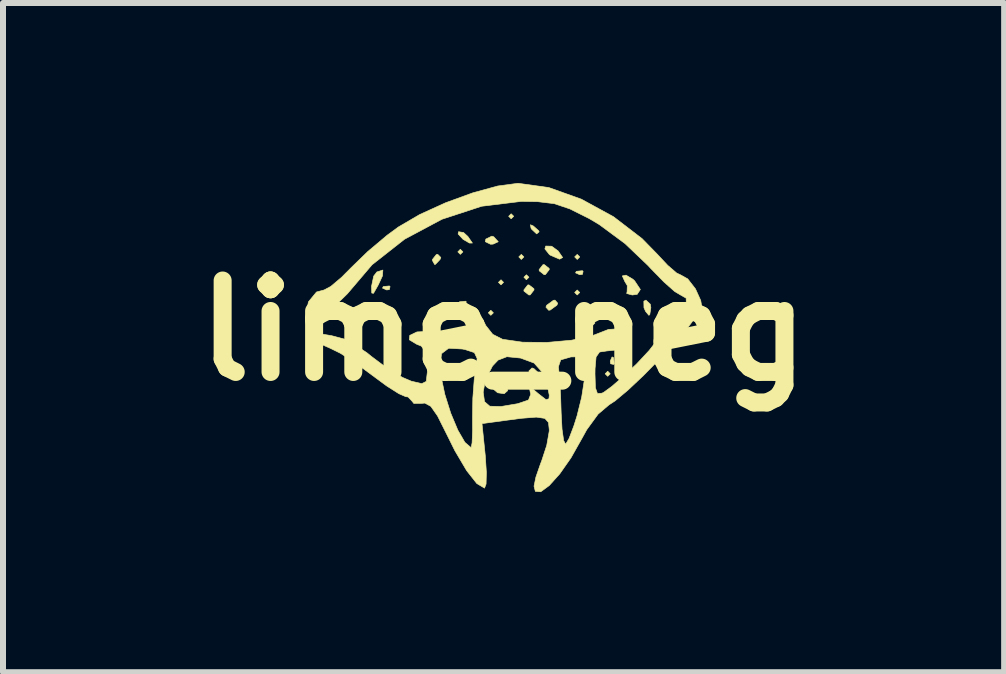
<source format=kicad_pcb>
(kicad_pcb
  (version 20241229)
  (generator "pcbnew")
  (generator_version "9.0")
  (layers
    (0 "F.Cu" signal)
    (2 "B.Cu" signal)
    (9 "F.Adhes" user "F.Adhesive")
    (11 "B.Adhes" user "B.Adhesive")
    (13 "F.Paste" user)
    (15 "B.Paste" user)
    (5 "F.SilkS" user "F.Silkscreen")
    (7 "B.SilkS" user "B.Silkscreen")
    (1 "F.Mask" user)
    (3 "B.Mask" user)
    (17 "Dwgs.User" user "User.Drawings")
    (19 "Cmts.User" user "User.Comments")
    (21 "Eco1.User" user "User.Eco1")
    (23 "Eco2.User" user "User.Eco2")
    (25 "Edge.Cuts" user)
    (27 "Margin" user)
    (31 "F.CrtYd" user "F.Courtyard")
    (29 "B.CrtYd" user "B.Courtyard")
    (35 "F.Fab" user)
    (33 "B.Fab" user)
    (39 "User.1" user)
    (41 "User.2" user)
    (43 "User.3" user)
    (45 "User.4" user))
  (footprint "lime_neg"
    (layer "F.Cu")
    (at 5.341 2.459)
    (property "Reference" "lime_neg" (at 0 0 0) (layer "F.SilkS") (effects (font (size 1.524 1.524) (thickness 0.3))))
    (attr through_hole)
    (fp_poly (pts (xy -2.371 -0.127) (xy -2.413 -0.085) (xy -2.455 -0.127) (xy -2.413 -0.169) (xy -2.371 -0.127)) (stroke (width 0.01) (type solid)) (fill yes) (layer "F.SilkS"))
    (fp_poly (pts (xy -0.677 -1.312) (xy -0.72 -1.27) (xy -0.762 -1.312) (xy -0.72 -1.355) (xy -0.677 -1.312)) (stroke (width 0.01) (type solid)) (fill yes) (layer "F.SilkS"))
    (fp_poly (pts (xy -0.169 -0.296) (xy -0.212 -0.254) (xy -0.254 -0.296) (xy -0.212 -0.339) (xy -0.169 -0.296)) (stroke (width 0.01) (type solid)) (fill yes) (layer "F.SilkS"))
    (fp_poly (pts (xy 0 -0.804) (xy -0.042 -0.762) (xy -0.085 -0.804) (xy -0.042 -0.847) (xy 0 -0.804)) (stroke (width 0.01) (type solid)) (fill yes) (layer "F.SilkS"))
    (fp_poly (pts (xy 0.169 -1.905) (xy 0.127 -1.863) (xy 0.085 -1.905) (xy 0.127 -1.947) (xy 0.169 -1.905)) (stroke (width 0.01) (type solid)) (fill yes) (layer "F.SilkS"))
    (fp_poly (pts (xy 0.339 -1.228) (xy 0.296 -1.185) (xy 0.254 -1.228) (xy 0.296 -1.27) (xy 0.339 -1.228)) (stroke (width 0.01) (type solid)) (fill yes) (layer "F.SilkS"))
    (fp_poly (pts (xy 0.423 -0.889) (xy 0.381 -0.847) (xy 0.339 -0.889) (xy 0.381 -0.931) (xy 0.423 -0.889)) (stroke (width 0.01) (type solid)) (fill yes) (layer "F.SilkS"))
    (fp_poly (pts (xy 1.27 -1.228) (xy 1.228 -1.185) (xy 1.185 -1.228) (xy 1.228 -1.27) (xy 1.27 -1.228)) (stroke (width 0.01) (type solid)) (fill yes) (layer "F.SilkS"))
    (fp_poly (pts (xy 1.27 -0.635) (xy 1.228 -0.593) (xy 1.185 -0.635) (xy 1.228 -0.677) (xy 1.27 -0.635)) (stroke (width 0.01) (type solid)) (fill yes) (layer "F.SilkS"))
    (fp_poly (pts (xy 1.524 -0.127) (xy 1.482 -0.085) (xy 1.439 -0.127) (xy 1.482 -0.169) (xy 1.524 -0.127)) (stroke (width 0.01) (type solid)) (fill yes) (layer "F.SilkS"))
    (fp_poly (pts (xy 1.778 0.72) (xy 1.736 0.762) (xy 1.693 0.72) (xy 1.736 0.677) (xy 1.778 0.72)) (stroke (width 0.01) (type solid)) (fill yes) (layer "F.SilkS"))
    (fp_poly (pts (xy 1.947 -0.381) (xy 1.905 -0.339) (xy 1.863 -0.381) (xy 1.905 -0.423) (xy 1.947 -0.381)) (stroke (width 0.01) (type solid)) (fill yes) (layer "F.SilkS"))
    (fp_poly (pts (xy -1.891 -0.734) (xy -1.903 -0.683) (xy -1.947 -0.677) (xy -2.017 -0.708) (xy -2.004 -0.734) (xy -1.903 -0.744) (xy -1.891 -0.734)) (stroke (width 0.01) (type solid)) (fill yes) (layer "F.SilkS"))
    (fp_poly (pts (xy -0.621 -0.48) (xy -0.633 -0.429) (xy -0.677 -0.423) (xy -0.747 -0.454) (xy -0.734 -0.48) (xy -0.633 -0.49) (xy -0.621 -0.48)) (stroke (width 0.01) (type solid)) (fill yes) (layer "F.SilkS"))
    (fp_poly (pts (xy 1.326 -0.988) (xy 1.315 -0.937) (xy 1.27 -0.931) (xy 1.2 -0.962) (xy 1.214 -0.988) (xy 1.314 -0.998) (xy 1.326 -0.988)) (stroke (width 0.01) (type solid)) (fill yes) (layer "F.SilkS"))
    (fp_poly (pts (xy 1.834 0.452) (xy 1.845 0.552) (xy 1.834 0.564) (xy 1.784 0.553) (xy 1.778 0.508) (xy 1.809 0.438) (xy 1.834 0.452)) (stroke (width 0.01) (type solid)) (fill yes) (layer "F.SilkS"))
    (fp_poly (pts (xy -0.666 -1.634) (xy -0.594 -1.568) (xy -0.519 -1.459) (xy -0.569 -1.459) (xy -0.675 -1.521) (xy -0.757 -1.61) (xy -0.75 -1.648) (xy -0.666 -1.634)) (stroke (width 0.01) (type solid)) (fill yes) (layer "F.SilkS"))
    (fp_poly (pts (xy -0.163 -1.563) (xy -0.088 -1.481) (xy -0.174 -1.441) (xy -0.217 -1.439) (xy -0.304 -1.481) (xy -0.295 -1.525) (xy -0.194 -1.574) (xy -0.163 -1.563)) (stroke (width 0.01) (type solid)) (fill yes) (layer "F.SilkS"))
    (fp_poly (pts (xy 0.495 -1.744) (xy 0.585 -1.665) (xy 0.593 -1.646) (xy 0.552 -1.611) (xy 0.469 -1.689) (xy 0.458 -1.706) (xy 0.448 -1.764) (xy 0.495 -1.744)) (stroke (width 0.01) (type solid)) (fill yes) (layer "F.SilkS"))
    (fp_poly (pts (xy -2.017 -0.913) (xy -2.087 -0.762) (xy -2.167 -0.621) (xy -2.196 -0.626) (xy -2.2 -0.736) (xy -2.164 -0.908) (xy -2.111 -0.977) (xy -2.011 -1.009) (xy -2.017 -0.913)) (stroke (width 0.01) (type solid)) (fill yes) (layer "F.SilkS"))
    (fp_poly (pts (xy -1.045 -1.218) (xy -1.058 -1.185) (xy -1.134 -1.105) (xy -1.148 -1.101) (xy -1.184 -1.166) (xy -1.185 -1.185) (xy -1.12 -1.267) (xy -1.096 -1.27) (xy -1.045 -1.218)) (stroke (width 0.01) (type solid)) (fill yes) (layer "F.SilkS"))
    (fp_poly (pts (xy -0.091 0.869) (xy 0.06 0.916) (xy 0.068 1.002) (xy 0.01 1.052) (xy -0.099 1.036) (xy -0.166 0.978) (xy -0.215 0.886) (xy -0.123 0.867) (xy -0.091 0.869)) (stroke (width 0.01) (type solid)) (fill yes) (layer "F.SilkS"))
    (fp_poly (pts (xy 0.506 -0.698) (xy 0.508 -0.677) (xy 0.444 -0.595) (xy 0.423 -0.593) (xy 0.341 -0.657) (xy 0.339 -0.677) (xy 0.403 -0.76) (xy 0.423 -0.762) (xy 0.506 -0.698)) (stroke (width 0.01) (type solid)) (fill yes) (layer "F.SilkS"))
    (fp_poly (pts (xy 0.508 0.635) (xy 0.589 0.711) (xy 0.593 0.725) (xy 0.527 0.761) (xy 0.508 0.762) (xy 0.427 0.697) (xy 0.423 0.672) (xy 0.475 0.622) (xy 0.508 0.635)) (stroke (width 0.01) (type solid)) (fill yes) (layer "F.SilkS"))
    (fp_poly (pts (xy 0.76 -1.036) (xy 0.762 -1.016) (xy 0.698 -0.934) (xy 0.677 -0.931) (xy 0.595 -0.996) (xy 0.593 -1.016) (xy 0.657 -1.098) (xy 0.677 -1.101) (xy 0.76 -1.036)) (stroke (width 0.01) (type solid)) (fill yes) (layer "F.SilkS"))
    (fp_poly (pts (xy 0.802 -1.406) (xy 0.909 -1.328) (xy 0.985 -1.218) (xy 0.934 -1.19) (xy 0.783 -1.255) (xy 0.764 -1.267) (xy 0.689 -1.362) (xy 0.703 -1.409) (xy 0.802 -1.406)) (stroke (width 0.01) (type solid)) (fill yes) (layer "F.SilkS"))
    (fp_poly (pts (xy 0.903 -0.456) (xy 0.889 -0.423) (xy 0.777 -0.342) (xy 0.752 -0.339) (xy 0.706 -0.391) (xy 0.72 -0.423) (xy 0.832 -0.505) (xy 0.857 -0.508) (xy 0.903 -0.456)) (stroke (width 0.01) (type solid)) (fill yes) (layer "F.SilkS"))
    (fp_poly (pts (xy 2.446 -0.439) (xy 2.455 -0.381) (xy 2.437 -0.268) (xy 2.422 -0.254) (xy 2.367 -0.32) (xy 2.34 -0.381) (xy 2.338 -0.49) (xy 2.373 -0.508) (xy 2.446 -0.439)) (stroke (width 0.01) (type solid)) (fill yes) (layer "F.SilkS"))
    (fp_poly (pts (xy 2.158 -0.854) (xy 2.184 -0.83) (xy 2.28 -0.685) (xy 2.227 -0.604) (xy 2.145 -0.593) (xy 2.052 -0.618) (xy 2.059 -0.648) (xy 2.062 -0.75) (xy 2.021 -0.818) (xy 1.979 -0.911) (xy 2.041 -0.924) (xy 2.158 -0.854)) (stroke (width 0.01) (type solid)) (fill yes) (layer "F.SilkS"))
    (fp_poly (pts (xy 0.754 -2.384) (xy 1.297 -2.19) (xy 1.832 -1.898) (xy 2.309 -1.532) (xy 2.553 -1.282) (xy 2.736 -1.087) (xy 2.885 -0.959) (xy 2.945 -0.931) (xy 3.069 -0.862) (xy 3.198 -0.696) (xy 3.286 -0.502) (xy 3.302 -0.406) (xy 3.244 -0.283) (xy 3.09 -0.076) (xy 2.867 0.185) (xy 2.604 0.471) (xy 2.33 0.75) (xy 2.071 0.994) (xy 1.858 1.172) (xy 1.757 1.238) (xy 1.576 1.392) (xy 1.387 1.651) (xy 1.304 1.801) (xy 1.124 2.12) (xy 0.937 2.387) (xy 0.762 2.582) (xy 0.62 2.686) (xy 0.53 2.679) (xy 0.508 2.593) (xy 0.539 2.442) (xy 0.616 2.22) (xy 0.635 2.172) (xy 0.72 1.912) (xy 0.761 1.678) (xy 0.762 1.654) (xy 0.749 1.531) (xy 0.688 1.463) (xy 0.547 1.442) (xy 0.294 1.462) (xy 0.044 1.495) (xy -0.359 1.55) (xy -0.304 2.087) (xy -0.286 2.363) (xy -0.291 2.557) (xy -0.317 2.625) (xy -0.446 2.548) (xy -0.615 2.333) (xy -0.811 2.001) (xy -0.953 1.715) (xy -1.1 1.422) (xy -1.212 1.262) (xy -1.311 1.208) (xy -1.366 1.213) (xy -1.495 1.214) (xy -1.524 1.177) (xy -1.591 1.106) (xy -1.63 1.101) (xy -1.745 1.051) (xy -1.948 0.922) (xy -2.196 0.739) (xy -2.208 0.73) (xy -2.476 0.533) (xy -2.72 0.377) (xy -2.885 0.296) (xy -3.146 0.18) (xy -3.273 0.011) (xy -3.302 -0.203) (xy -3.173 -0.203) (xy -3.167 -0.053) (xy -3.042 0.055) (xy -2.864 0.085) (xy -2.602 0.155) (xy -2.276 0.37) (xy -2.209 0.425) (xy -1.945 0.623) (xy -1.687 0.779) (xy -1.537 0.843) (xy -1.363 0.884) (xy -1.288 0.847) (xy -1.27 0.692) (xy -1.27 0.598) (xy -1.059 0.598) (xy -1.043 0.755) (xy -0.979 1.061) (xy -0.88 1.376) (xy -0.762 1.658) (xy -0.644 1.862) (xy -0.545 1.947) (xy -0.54 1.947) (xy -0.524 1.871) (xy -0.516 1.672) (xy -0.517 1.46) (xy -0.512 1.126) (xy -0.504 1.025) (xy -0.339 1.025) (xy -0.317 1.184) (xy -0.229 1.26) (xy -0.042 1.265) (xy 0.237 1.218) (xy 0.416 1.157) (xy 0.454 1.059) (xy 0.445 1.028) (xy 0.43 0.948) (xy 0.498 0.982) (xy 0.578 1.05) (xy 0.708 1.151) (xy 0.757 1.136) (xy 0.762 1.077) (xy 0.698 0.753) (xy 0.564 0.603) (xy 0.914 0.603) (xy 0.918 0.635) (xy 0.935 0.806) (xy 0.951 1.082) (xy 0.96 1.368) (xy 0.975 1.645) (xy 1.002 1.833) (xy 1.034 1.893) (xy 1.035 1.893) (xy 1.092 1.797) (xy 1.171 1.59) (xy 1.225 1.42) (xy 1.302 1.109) (xy 1.348 0.812) (xy 1.355 0.699) (xy 1.341 0.506) (xy 1.272 0.436) (xy 1.122 0.439) (xy 0.953 0.488) (xy 0.914 0.603) (xy 0.564 0.603) (xy 0.509 0.541) (xy 0.285 0.458) (xy 0.056 0.435) (xy -0.091 0.492) (xy -0.184 0.59) (xy -0.302 0.821) (xy -0.339 1.025) (xy -0.504 1.025) (xy -0.488 0.808) (xy -0.468 0.668) (xy -0.44 0.465) (xy -0.486 0.367) (xy -0.641 0.316) (xy -0.686 0.307) (xy -0.914 0.294) (xy -1.033 0.384) (xy -1.059 0.598) (xy -1.27 0.598) (xy -1.27 0.597) (xy -1.291 0.37) (xy -1.369 0.259) (xy -1.448 0.227) (xy -1.57 0.153) (xy -1.563 0.08) (xy -1.443 0.022) (xy -1.176 0.01) (xy -0.959 0.022) (xy -0.668 0.042) (xy -0.512 0.035) (xy -0.456 -0.004) (xy -0.466 -0.086) (xy -0.469 -0.094) (xy -0.475 -0.223) (xy -0.435 -0.254) (xy -0.344 -0.184) (xy -0.296 -0.085) (xy -0.18 0.062) (xy -0.016 0.145) (xy 0.317 0.193) (xy 0.725 0.197) (xy 1.135 0.16) (xy 1.473 0.087) (xy 1.545 0.06) (xy 1.75 -0.02) (xy 1.859 -0.026) (xy 1.925 0.045) (xy 1.944 0.078) (xy 1.987 0.24) (xy 1.889 0.322) (xy 1.722 0.339) (xy 1.6 0.357) (xy 1.542 0.44) (xy 1.525 0.635) (xy 1.524 0.723) (xy 1.531 0.954) (xy 1.565 1.049) (xy 1.64 1.043) (xy 1.672 1.027) (xy 1.807 0.928) (xy 2.014 0.748) (xy 2.223 0.55) (xy 2.428 0.33) (xy 2.573 0.142) (xy 2.625 0.032) (xy 2.695 -0.085) (xy 2.836 -0.169) (xy 2.972 -0.271) (xy 3.046 -0.414) (xy 3.043 -0.54) (xy 2.95 -0.593) (xy 2.851 -0.652) (xy 2.675 -0.808) (xy 2.457 -1.031) (xy 2.407 -1.085) (xy 2.024 -1.45) (xy 1.595 -1.767) (xy 1.425 -1.868) (xy 1.105 -2.028) (xy 0.846 -2.115) (xy 0.565 -2.149) (xy 0.296 -2.153) (xy -0.365 -2.072) (xy -1.027 -1.855) (xy -1.649 -1.523) (xy -2.191 -1.097) (xy -2.602 -0.614) (xy -2.748 -0.471) (xy -2.878 -0.423) (xy -3.066 -0.358) (xy -3.173 -0.203) (xy -3.302 -0.203) (xy -3.302 -0.205) (xy -3.252 -0.478) (xy -3.117 -0.643) (xy -2.99 -0.677) (xy -2.879 -0.736) (xy -2.7 -0.887) (xy -2.538 -1.05) (xy -2.263 -1.317) (xy -1.937 -1.591) (xy -1.753 -1.726) (xy -1.397 -1.934) (xy -0.966 -2.13) (xy -0.514 -2.295) (xy -0.095 -2.41) (xy 0.237 -2.454) (xy 0.248 -2.454) (xy 0.754 -2.384)) (stroke (width 0.01) (type solid)) (fill yes) (layer "F.SilkS")))
  (gr_rect
    (start -3 -3)
    (end 13.683 8.151)
    (stroke (width 0.1) (type default))
    (fill no)
    (layer "Edge.Cuts")))
</source>
